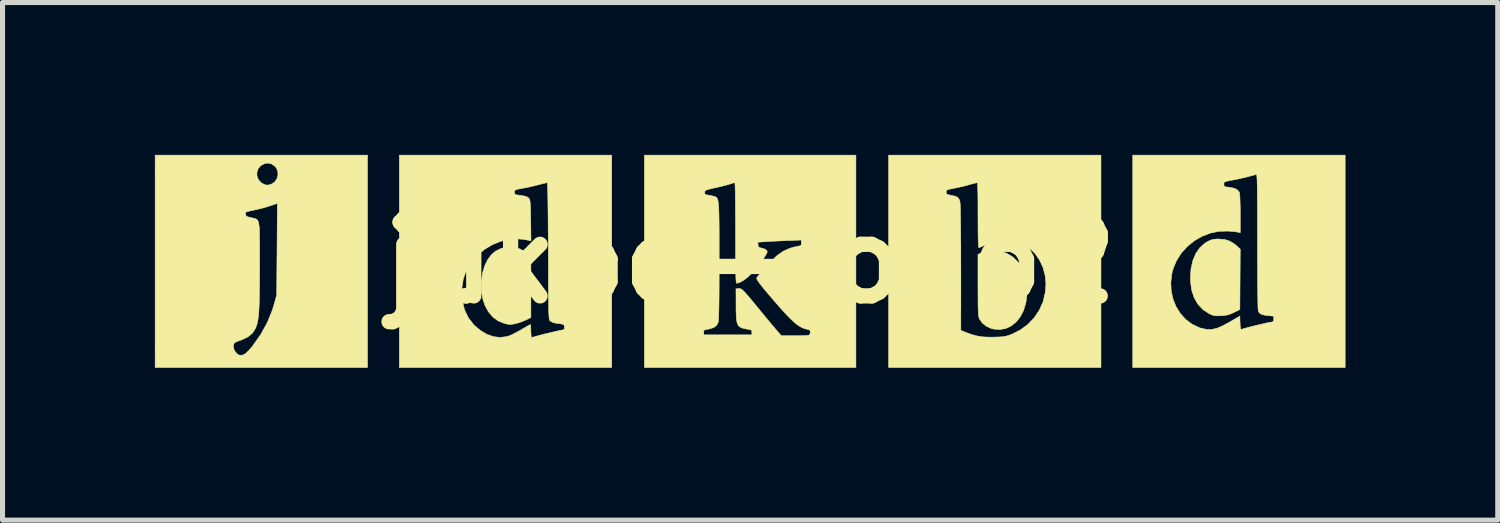
<source format=kicad_pcb>
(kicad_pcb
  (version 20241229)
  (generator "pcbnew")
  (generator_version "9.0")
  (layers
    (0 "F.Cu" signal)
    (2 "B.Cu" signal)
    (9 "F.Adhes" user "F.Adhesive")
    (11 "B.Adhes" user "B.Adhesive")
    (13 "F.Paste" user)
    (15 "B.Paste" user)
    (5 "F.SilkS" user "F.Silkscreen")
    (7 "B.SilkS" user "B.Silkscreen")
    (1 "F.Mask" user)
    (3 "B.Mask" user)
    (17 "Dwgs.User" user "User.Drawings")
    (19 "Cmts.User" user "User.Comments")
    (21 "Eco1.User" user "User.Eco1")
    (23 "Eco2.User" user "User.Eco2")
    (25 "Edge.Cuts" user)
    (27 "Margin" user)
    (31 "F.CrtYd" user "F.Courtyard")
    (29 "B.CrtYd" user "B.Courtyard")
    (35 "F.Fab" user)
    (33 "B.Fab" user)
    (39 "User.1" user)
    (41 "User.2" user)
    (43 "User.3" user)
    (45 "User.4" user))
  (footprint "jdkbd-logo2"
    (layer "F.Cu")
    (at 11.723 2.088)
    (property "Reference" "jdkbd-logo2" (at 0 0 0) (layer "F.SilkS") (effects (font (size 1.524 1.524) (thickness 0.3))))
    (attr through_hole)
    (fp_poly (pts (xy -4.655 -0.269) (xy -4.535 -0.236) (xy -4.425 -0.174) (xy -4.373 -0.131) (xy -4.318 -0.078) (xy -4.318 1.115) (xy -4.424 1.167) (xy -4.503 1.2) (xy -4.59 1.228) (xy -4.672 1.246) (xy -4.737 1.252) (xy -4.739 1.252) (xy -4.772 1.247) (xy -4.821 1.236) (xy -4.844 1.23) (xy -4.964 1.181) (xy -5.068 1.104) (xy -5.154 1.002) (xy -5.222 0.879) (xy -5.269 0.737) (xy -5.294 0.579) (xy -5.295 0.409) (xy -5.294 0.405) (xy -5.271 0.243) (xy -5.228 0.097) (xy -5.166 -0.029) (xy -5.088 -0.13) (xy -5.014 -0.192) (xy -4.9 -0.248) (xy -4.779 -0.273) (xy -4.655 -0.269)) (stroke (width 0.01) (type solid)) (fill yes) (layer "F.SilkS"))
    (fp_poly (pts (xy 9.349 -0.421) (xy 9.451 -0.387) (xy 9.546 -0.327) (xy 9.582 -0.296) (xy 9.652 -0.233) (xy 9.648 0.362) (xy 9.644 0.957) (xy 9.528 1.015) (xy 9.457 1.047) (xy 9.396 1.066) (xy 9.328 1.076) (xy 9.274 1.08) (xy 9.202 1.082) (xy 9.15 1.079) (xy 9.106 1.068) (xy 9.057 1.047) (xy 9.031 1.034) (xy 8.914 0.956) (xy 8.819 0.854) (xy 8.746 0.729) (xy 8.697 0.583) (xy 8.673 0.418) (xy 8.67 0.339) (xy 8.682 0.155) (xy 8.718 -0.007) (xy 8.777 -0.146) (xy 8.858 -0.262) (xy 8.961 -0.352) (xy 9.017 -0.386) (xy 9.072 -0.411) (xy 9.125 -0.425) (xy 9.191 -0.431) (xy 9.229 -0.431) (xy 9.349 -0.421)) (stroke (width 0.01) (type solid)) (fill yes) (layer "F.SilkS"))
    (fp_poly (pts (xy 4.889 -0.192) (xy 4.95 -0.184) (xy 5.005 -0.168) (xy 5.058 -0.146) (xy 5.178 -0.073) (xy 5.279 0.027) (xy 5.36 0.148) (xy 5.417 0.289) (xy 5.433 0.352) (xy 5.447 0.452) (xy 5.451 0.57) (xy 5.447 0.692) (xy 5.433 0.805) (xy 5.428 0.833) (xy 5.384 0.977) (xy 5.32 1.101) (xy 5.239 1.203) (xy 5.143 1.28) (xy 5.035 1.331) (xy 4.919 1.352) (xy 4.797 1.343) (xy 4.745 1.33) (xy 4.649 1.285) (xy 4.569 1.22) (xy 4.521 1.151) (xy 4.512 1.132) (xy 4.505 1.111) (xy 4.499 1.084) (xy 4.495 1.048) (xy 4.492 0.998) (xy 4.49 0.933) (xy 4.488 0.846) (xy 4.488 0.736) (xy 4.487 0.598) (xy 4.487 0.478) (xy 4.487 -0.129) (xy 4.576 -0.161) (xy 4.661 -0.184) (xy 4.765 -0.193) (xy 4.809 -0.194) (xy 4.889 -0.192)) (stroke (width 0.01) (type solid)) (fill yes) (layer "F.SilkS"))
    (fp_poly (pts (xy 6.909 2.1) (xy 2.726 2.1) (xy 2.726 -1.356) (xy 3.861 -1.356) (xy 3.861 -1.356) (xy 3.863 -1.33) (xy 3.876 -1.314) (xy 3.908 -1.302) (xy 3.964 -1.291) (xy 4.036 -1.275) (xy 4.081 -1.255) (xy 4.109 -1.227) (xy 4.128 -1.184) (xy 4.131 -1.171) (xy 4.135 -1.141) (xy 4.138 -1.078) (xy 4.141 -0.984) (xy 4.143 -0.859) (xy 4.145 -0.706) (xy 4.147 -0.524) (xy 4.148 -0.316) (xy 4.148 -0.082) (xy 4.149 0.129) (xy 4.149 1.368) (xy 4.245 1.407) (xy 4.366 1.451) (xy 4.48 1.481) (xy 4.596 1.497) (xy 4.728 1.502) (xy 4.801 1.501) (xy 4.896 1.498) (xy 4.966 1.494) (xy 5.022 1.486) (xy 5.072 1.473) (xy 5.126 1.454) (xy 5.151 1.445) (xy 5.319 1.361) (xy 5.467 1.252) (xy 5.592 1.122) (xy 5.693 0.973) (xy 5.767 0.809) (xy 5.811 0.633) (xy 5.825 0.466) (xy 5.811 0.295) (xy 5.769 0.135) (xy 5.703 -0.01) (xy 5.615 -0.139) (xy 5.507 -0.248) (xy 5.384 -0.334) (xy 5.246 -0.394) (xy 5.096 -0.425) (xy 5.029 -0.429) (xy 4.972 -0.429) (xy 4.924 -0.424) (xy 4.877 -0.414) (xy 4.821 -0.394) (xy 4.746 -0.363) (xy 4.716 -0.349) (xy 4.642 -0.317) (xy 4.577 -0.289) (xy 4.531 -0.269) (xy 4.508 -0.259) (xy 4.503 -0.263) (xy 4.498 -0.283) (xy 4.495 -0.32) (xy 4.492 -0.378) (xy 4.49 -0.459) (xy 4.488 -0.566) (xy 4.488 -0.701) (xy 4.487 -0.866) (xy 4.487 -0.896) (xy 4.487 -1.075) (xy 4.486 -1.227) (xy 4.484 -1.35) (xy 4.481 -1.444) (xy 4.477 -1.507) (xy 4.473 -1.538) (xy 4.471 -1.541) (xy 4.448 -1.536) (xy 4.401 -1.525) (xy 4.338 -1.507) (xy 4.308 -1.499) (xy 4.216 -1.474) (xy 4.113 -1.45) (xy 4.018 -1.43) (xy 4.011 -1.429) (xy 3.94 -1.415) (xy 3.896 -1.404) (xy 3.872 -1.393) (xy 3.863 -1.378) (xy 3.861 -1.356) (xy 2.726 -1.356) (xy 2.726 -2.083) (xy 6.909 -2.083) (xy 6.909 2.1)) (stroke (width 0.01) (type solid)) (fill yes) (layer "F.SilkS"))
    (fp_poly (pts (xy -7.535 2.1) (xy -11.718 2.1) (xy -11.718 1.696) (xy -10.175 1.696) (xy -10.163 1.749) (xy -10.148 1.778) (xy -10.1 1.834) (xy -10.053 1.859) (xy -9.998 1.855) (xy -9.955 1.837) (xy -9.923 1.812) (xy -9.878 1.768) (xy -9.827 1.711) (xy -9.8 1.677) (xy -9.638 1.449) (xy -9.508 1.212) (xy -9.408 0.966) (xy -9.369 0.835) (xy -9.324 0.669) (xy -9.317 -0.232) (xy -9.311 -1.133) (xy -9.455 -1.084) (xy -9.519 -1.064) (xy -9.581 -1.045) (xy -9.649 -1.028) (xy -9.731 -1.009) (xy -9.834 -0.986) (xy -9.903 -0.972) (xy -9.932 -0.958) (xy -9.937 -0.927) (xy -9.937 -0.919) (xy -9.93 -0.893) (xy -9.912 -0.876) (xy -9.875 -0.863) (xy -9.83 -0.852) (xy -9.793 -0.844) (xy -9.761 -0.837) (xy -9.735 -0.829) (xy -9.714 -0.816) (xy -9.698 -0.797) (xy -9.685 -0.767) (xy -9.675 -0.724) (xy -9.668 -0.666) (xy -9.664 -0.59) (xy -9.662 -0.492) (xy -9.66 -0.371) (xy -9.66 -0.224) (xy -9.66 -0.047) (xy -9.66 0.089) (xy -9.661 0.311) (xy -9.662 0.502) (xy -9.664 0.665) (xy -9.667 0.803) (xy -9.671 0.918) (xy -9.677 1.015) (xy -9.684 1.095) (xy -9.693 1.161) (xy -9.704 1.217) (xy -9.718 1.266) (xy -9.734 1.31) (xy -9.74 1.325) (xy -9.798 1.418) (xy -9.885 1.493) (xy -9.999 1.549) (xy -10.02 1.557) (xy -10.08 1.578) (xy -10.129 1.598) (xy -10.155 1.612) (xy -10.155 1.612) (xy -10.173 1.646) (xy -10.175 1.696) (xy -11.718 1.696) (xy -11.718 -1.745) (xy -9.713 -1.745) (xy -9.712 -1.672) (xy -9.686 -1.603) (xy -9.635 -1.544) (xy -9.6 -1.521) (xy -9.543 -1.496) (xy -9.493 -1.493) (xy -9.434 -1.51) (xy -9.423 -1.515) (xy -9.36 -1.557) (xy -9.319 -1.619) (xy -9.299 -1.691) (xy -9.303 -1.765) (xy -9.333 -1.833) (xy -9.362 -1.866) (xy -9.429 -1.912) (xy -9.497 -1.927) (xy -9.573 -1.912) (xy -9.643 -1.872) (xy -9.69 -1.814) (xy -9.713 -1.745) (xy -11.718 -1.745) (xy -11.718 -2.083) (xy -7.535 -2.083) (xy -7.535 2.1)) (stroke (width 0.01) (type solid)) (fill yes) (layer "F.SilkS"))
    (fp_poly (pts (xy 11.718 2.1) (xy 7.535 2.1) (xy 7.535 0.419) (xy 8.285 0.419) (xy 8.292 0.588) (xy 8.327 0.749) (xy 8.387 0.899) (xy 8.471 1.034) (xy 8.576 1.151) (xy 8.701 1.245) (xy 8.843 1.313) (xy 8.869 1.322) (xy 8.985 1.349) (xy 9.091 1.35) (xy 9.194 1.326) (xy 9.243 1.306) (xy 9.313 1.274) (xy 9.392 1.232) (xy 9.462 1.193) (xy 9.644 1.087) (xy 9.648 1.223) (xy 9.652 1.29) (xy 9.656 1.329) (xy 9.664 1.346) (xy 9.677 1.348) (xy 9.682 1.346) (xy 9.716 1.335) (xy 9.776 1.318) (xy 9.853 1.298) (xy 9.939 1.276) (xy 10.028 1.255) (xy 10.111 1.236) (xy 10.18 1.22) (xy 10.228 1.211) (xy 10.232 1.21) (xy 10.28 1.202) (xy 10.304 1.189) (xy 10.312 1.166) (xy 10.312 1.144) (xy 10.312 1.089) (xy 10.202 1.078) (xy 10.119 1.067) (xy 10.062 1.049) (xy 10.026 1.023) (xy 10.007 0.988) (xy 10.004 0.964) (xy 10.001 0.907) (xy 9.999 0.82) (xy 9.997 0.705) (xy 9.995 0.563) (xy 9.993 0.396) (xy 9.992 0.206) (xy 9.991 -0.006) (xy 9.991 -0.237) (xy 9.991 -0.384) (xy 9.991 -0.634) (xy 9.99 -0.852) (xy 9.99 -1.04) (xy 9.989 -1.201) (xy 9.988 -1.335) (xy 9.987 -1.445) (xy 9.985 -1.532) (xy 9.983 -1.6) (xy 9.98 -1.649) (xy 9.977 -1.681) (xy 9.974 -1.7) (xy 9.969 -1.706) (xy 9.969 -1.705) (xy 9.922 -1.69) (xy 9.851 -1.671) (xy 9.767 -1.649) (xy 9.677 -1.628) (xy 9.593 -1.609) (xy 9.55 -1.601) (xy 9.461 -1.584) (xy 9.4 -1.572) (xy 9.362 -1.562) (xy 9.341 -1.552) (xy 9.332 -1.54) (xy 9.33 -1.524) (xy 9.33 -1.509) (xy 9.332 -1.483) (xy 9.343 -1.467) (xy 9.371 -1.458) (xy 9.423 -1.451) (xy 9.435 -1.45) (xy 9.526 -1.433) (xy 9.59 -1.404) (xy 9.628 -1.361) (xy 9.636 -1.344) (xy 9.641 -1.315) (xy 9.645 -1.258) (xy 9.648 -1.178) (xy 9.651 -1.081) (xy 9.652 -0.972) (xy 9.652 -0.928) (xy 9.652 -0.555) (xy 9.605 -0.566) (xy 9.567 -0.572) (xy 9.506 -0.579) (xy 9.434 -0.585) (xy 9.413 -0.587) (xy 9.237 -0.583) (xy 9.065 -0.548) (xy 8.9 -0.485) (xy 8.748 -0.397) (xy 8.611 -0.286) (xy 8.493 -0.156) (xy 8.399 -0.009) (xy 8.331 0.152) (xy 8.306 0.246) (xy 8.285 0.419) (xy 7.535 0.419) (xy 7.535 -2.083) (xy 11.718 -2.083) (xy 11.718 2.1)) (stroke (width 0.01) (type solid)) (fill yes) (layer "F.SilkS"))
    (fp_poly (pts (xy -2.726 2.1) (xy -6.909 2.1) (xy -6.909 0.618) (xy -5.68 0.618) (xy -5.665 0.803) (xy -5.622 0.97) (xy -5.55 1.119) (xy -5.45 1.249) (xy -5.439 1.261) (xy -5.317 1.367) (xy -5.188 1.444) (xy -5.057 1.491) (xy -4.925 1.507) (xy -4.796 1.491) (xy -4.724 1.468) (xy -4.667 1.441) (xy -4.594 1.403) (xy -4.516 1.36) (xy -4.485 1.341) (xy -4.422 1.304) (xy -4.371 1.275) (xy -4.337 1.257) (xy -4.328 1.253) (xy -4.323 1.269) (xy -4.32 1.31) (xy -4.318 1.368) (xy -4.318 1.38) (xy -4.316 1.441) (xy -4.312 1.486) (xy -4.306 1.507) (xy -4.305 1.507) (xy -4.284 1.503) (xy -4.239 1.491) (xy -4.18 1.474) (xy -4.174 1.473) (xy -4.124 1.459) (xy -4.056 1.442) (xy -3.977 1.423) (xy -3.894 1.403) (xy -3.814 1.385) (xy -3.744 1.369) (xy -3.693 1.359) (xy -3.667 1.355) (xy -3.666 1.355) (xy -3.66 1.34) (xy -3.658 1.304) (xy -3.658 1.304) (xy -3.659 1.278) (xy -3.668 1.26) (xy -3.692 1.248) (xy -3.735 1.239) (xy -3.804 1.23) (xy -3.818 1.229) (xy -3.886 1.213) (xy -3.933 1.188) (xy -3.937 1.185) (xy -3.943 1.178) (xy -3.948 1.169) (xy -3.953 1.156) (xy -3.957 1.136) (xy -3.961 1.108) (xy -3.963 1.069) (xy -3.966 1.016) (xy -3.968 0.948) (xy -3.969 0.863) (xy -3.971 0.757) (xy -3.972 0.629) (xy -3.973 0.477) (xy -3.974 0.298) (xy -3.974 0.09) (xy -3.975 -0.149) (xy -3.975 -0.195) (xy -3.976 -0.428) (xy -3.978 -0.645) (xy -3.979 -0.842) (xy -3.981 -1.019) (xy -3.983 -1.174) (xy -3.985 -1.304) (xy -3.988 -1.408) (xy -3.99 -1.483) (xy -3.993 -1.528) (xy -3.995 -1.541) (xy -4.018 -1.537) (xy -4.064 -1.526) (xy -4.127 -1.51) (xy -4.16 -1.501) (xy -4.25 -1.479) (xy -4.354 -1.455) (xy -4.452 -1.435) (xy -4.475 -1.431) (xy -4.55 -1.417) (xy -4.598 -1.406) (xy -4.625 -1.396) (xy -4.637 -1.382) (xy -4.64 -1.363) (xy -4.64 -1.354) (xy -4.637 -1.324) (xy -4.622 -1.308) (xy -4.587 -1.299) (xy -4.559 -1.295) (xy -4.481 -1.284) (xy -4.428 -1.274) (xy -4.394 -1.262) (xy -4.37 -1.246) (xy -4.358 -1.233) (xy -4.348 -1.22) (xy -4.34 -1.201) (xy -4.334 -1.172) (xy -4.33 -1.128) (xy -4.327 -1.067) (xy -4.324 -0.982) (xy -4.322 -0.871) (xy -4.321 -0.797) (xy -4.316 -0.395) (xy -4.431 -0.419) (xy -4.59 -0.436) (xy -4.755 -0.423) (xy -4.921 -0.383) (xy -5.082 -0.316) (xy -5.233 -0.226) (xy -5.368 -0.114) (xy -5.374 -0.108) (xy -5.497 0.036) (xy -5.588 0.188) (xy -5.648 0.352) (xy -5.676 0.529) (xy -5.68 0.618) (xy -6.909 0.618) (xy -6.909 -2.083) (xy -2.726 -2.083) (xy -2.726 2.1)) (stroke (width 0.01) (type solid)) (fill yes) (layer "F.SilkS"))
    (fp_poly (pts (xy 2.083 2.1) (xy -2.083 2.1) (xy -2.083 1.406) (xy -0.914 1.406) (xy -0.914 1.456) (xy 0.034 1.456) (xy 0.034 1.407) (xy 0.031 1.375) (xy 0.014 1.359) (xy -0.024 1.349) (xy -0.038 1.347) (xy -0.11 1.334) (xy -0.166 1.319) (xy -0.208 1.298) (xy -0.238 1.266) (xy -0.257 1.218) (xy -0.269 1.152) (xy -0.275 1.062) (xy -0.278 0.945) (xy -0.278 0.872) (xy -0.279 0.55) (xy -0.231 0.545) (xy -0.21 0.544) (xy -0.189 0.548) (xy -0.165 0.561) (xy -0.137 0.585) (xy -0.1 0.623) (xy -0.051 0.678) (xy 0.011 0.752) (xy 0.091 0.849) (xy 0.124 0.889) (xy 0.202 0.984) (xy 0.283 1.082) (xy 0.361 1.176) (xy 0.429 1.258) (xy 0.479 1.317) (xy 0.613 1.473) (xy 0.872 1.473) (xy 0.964 1.473) (xy 1.046 1.471) (xy 1.11 1.468) (xy 1.15 1.465) (xy 1.159 1.463) (xy 1.179 1.439) (xy 1.185 1.406) (xy 1.181 1.373) (xy 1.16 1.356) (xy 1.123 1.347) (xy 1.062 1.331) (xy 1.001 1.304) (xy 0.937 1.264) (xy 0.867 1.208) (xy 0.788 1.134) (xy 0.696 1.039) (xy 0.59 0.921) (xy 0.51 0.83) (xy 0.401 0.702) (xy 0.312 0.598) (xy 0.243 0.514) (xy 0.192 0.45) (xy 0.157 0.401) (xy 0.136 0.367) (xy 0.128 0.345) (xy 0.129 0.335) (xy 0.151 0.305) (xy 0.191 0.257) (xy 0.245 0.196) (xy 0.306 0.128) (xy 0.37 0.059) (xy 0.431 -0.006) (xy 0.484 -0.061) (xy 0.524 -0.099) (xy 0.533 -0.107) (xy 0.65 -0.189) (xy 0.777 -0.247) (xy 0.856 -0.27) (xy 0.913 -0.283) (xy 0.962 -0.293) (xy 0.978 -0.297) (xy 1.006 -0.312) (xy 1.016 -0.346) (xy 1.016 -0.358) (xy 1.016 -0.411) (xy 0.732 -0.4) (xy 0.624 -0.395) (xy 0.513 -0.39) (xy 0.412 -0.385) (xy 0.329 -0.38) (xy 0.3 -0.378) (xy 0.151 -0.368) (xy 0.156 -0.315) (xy 0.163 -0.28) (xy 0.184 -0.262) (xy 0.226 -0.252) (xy 0.276 -0.238) (xy 0.314 -0.217) (xy 0.318 -0.214) (xy 0.335 -0.193) (xy 0.335 -0.171) (xy 0.318 -0.134) (xy 0.317 -0.131) (xy 0.277 -0.067) (xy 0.219 0.014) (xy 0.148 0.105) (xy 0.069 0.199) (xy 0.031 0.243) (xy -0.039 0.312) (xy -0.113 0.371) (xy -0.184 0.414) (xy -0.245 0.437) (xy -0.267 0.44) (xy -0.271 0.434) (xy -0.275 0.413) (xy -0.279 0.375) (xy -0.281 0.318) (xy -0.283 0.241) (xy -0.285 0.14) (xy -0.286 0.015) (xy -0.287 -0.138) (xy -0.288 -0.321) (xy -0.288 -0.535) (xy -0.288 -0.55) (xy -0.288 -0.73) (xy -0.289 -0.899) (xy -0.29 -1.055) (xy -0.291 -1.194) (xy -0.293 -1.314) (xy -0.295 -1.412) (xy -0.297 -1.484) (xy -0.3 -1.528) (xy -0.302 -1.541) (xy -0.325 -1.536) (xy -0.368 -1.523) (xy -0.391 -1.515) (xy -0.437 -1.502) (xy -0.506 -1.483) (xy -0.59 -1.463) (xy -0.677 -1.443) (xy -0.764 -1.423) (xy -0.824 -1.408) (xy -0.861 -1.395) (xy -0.882 -1.383) (xy -0.891 -1.368) (xy -0.894 -1.351) (xy -0.895 -1.324) (xy -0.882 -1.308) (xy -0.848 -1.299) (xy -0.818 -1.294) (xy -0.761 -1.284) (xy -0.711 -1.272) (xy -0.698 -1.268) (xy -0.681 -1.261) (xy -0.667 -1.253) (xy -0.654 -1.24) (xy -0.644 -1.221) (xy -0.635 -1.194) (xy -0.628 -1.155) (xy -0.623 -1.103) (xy -0.618 -1.035) (xy -0.615 -0.949) (xy -0.613 -0.842) (xy -0.611 -0.712) (xy -0.61 -0.558) (xy -0.61 -0.376) (xy -0.61 -0.164) (xy -0.61 0.004) (xy -0.61 0.265) (xy -0.611 0.495) (xy -0.612 0.694) (xy -0.614 0.861) (xy -0.617 0.996) (xy -0.62 1.099) (xy -0.623 1.169) (xy -0.627 1.205) (xy -0.628 1.207) (xy -0.66 1.27) (xy -0.719 1.314) (xy -0.805 1.341) (xy -0.831 1.345) (xy -0.881 1.353) (xy -0.905 1.364) (xy -0.914 1.385) (xy -0.914 1.406) (xy -2.083 1.406) (xy -2.083 -2.083) (xy 2.083 -2.083) (xy 2.083 2.1)) (stroke (width 0.01) (type solid)) (fill yes) (layer "F.SilkS")))
  (gr_rect
    (start -3 -3)
    (end 26.446 7.193)
    (stroke (width 0.1) (type default))
    (fill no)
    (layer "Edge.Cuts")))
</source>
